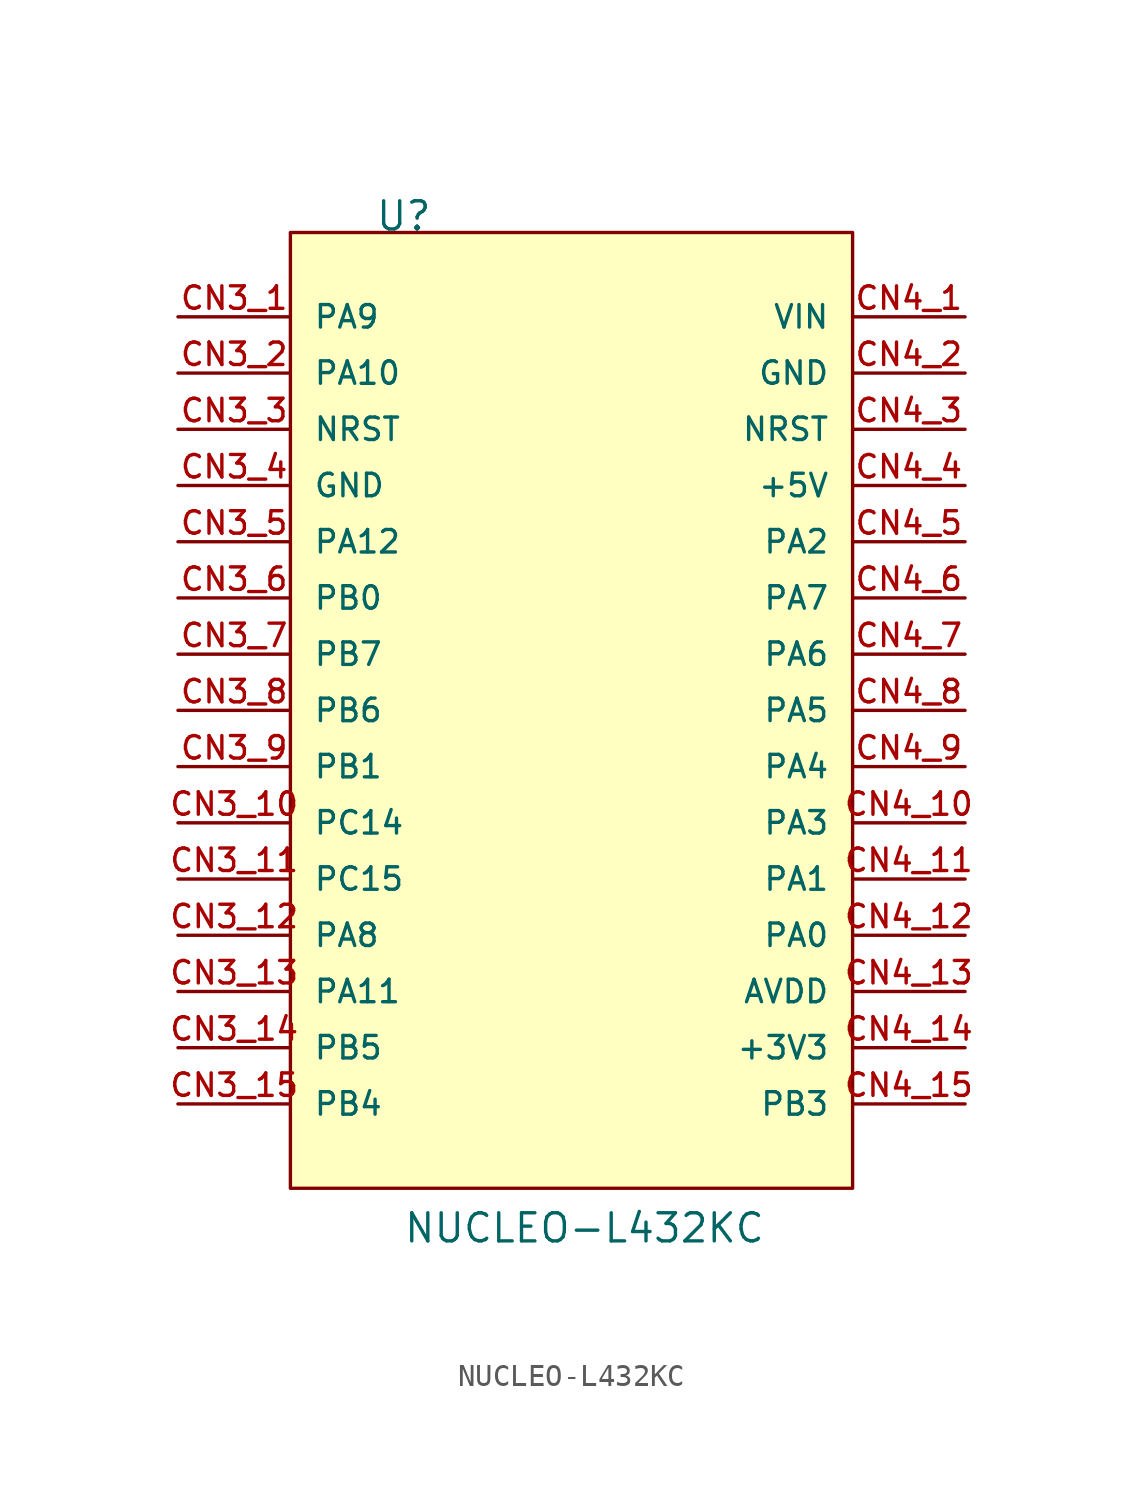
<source format=kicad_sym>
(kicad_symbol_lib
  (version 20211014)
  (generator kicad_symbol_editor)
  (symbol "NUCLEO-L432KC"
    (pin_names
      (offset 1.016))
    (property "Reference" "U"
      (at -8.89 21.59 0)
      (effects (font (size 1.27 1.27)) (justify left bottom)))
    (property "Value" "NUCLEO-L432KC"
      (at -7.62 -24.13 0)
      (effects (font (size 1.27 1.27)) (justify left bottom)))
    (symbol "NUCLEO-L432KC_1_0"
      (rectangle (start -12.7 21.59) (end 12.7 -21.59) (stroke (width 0.152) (type default) (color 0 0 0 0)) (fill (type background)))
      (pin bidirectional line (at -17.78 17.78 0) (length 5.08) (name "PA9" (effects (font (size 1.016 1.016)))) (number "CN3_1" (effects (font (size 1.016 1.016)))))
      (pin bidirectional line (at -17.78 -5.08 0) (length 5.08) (name "PC14" (effects (font (size 1.016 1.016)))) (number "CN3_10" (effects (font (size 1.016 1.016)))))
      (pin bidirectional line (at -17.78 -7.62 0) (length 5.08) (name "PC15" (effects (font (size 1.016 1.016)))) (number "CN3_11" (effects (font (size 1.016 1.016)))))
      (pin bidirectional line (at -17.78 -10.16 0) (length 5.08) (name "PA8" (effects (font (size 1.016 1.016)))) (number "CN3_12" (effects (font (size 1.016 1.016)))))
      (pin bidirectional line (at -17.78 -12.7 0) (length 5.08) (name "PA11" (effects (font (size 1.016 1.016)))) (number "CN3_13" (effects (font (size 1.016 1.016)))))
      (pin bidirectional line (at -17.78 -15.24 0) (length 5.08) (name "PB5" (effects (font (size 1.016 1.016)))) (number "CN3_14" (effects (font (size 1.016 1.016)))))
      (pin bidirectional line (at -17.78 -17.78 0) (length 5.08) (name "PB4" (effects (font (size 1.016 1.016)))) (number "CN3_15" (effects (font (size 1.016 1.016)))))
      (pin bidirectional line (at -17.78 15.24 0) (length 5.08) (name "PA10" (effects (font (size 1.016 1.016)))) (number "CN3_2" (effects (font (size 1.016 1.016)))))
      (pin bidirectional line (at -17.78 12.7 0) (length 5.08) (name "NRST" (effects (font (size 1.016 1.016)))) (number "CN3_3" (effects (font (size 1.016 1.016)))))
      (pin power_in line (at -17.78 10.16 0) (length 5.08) (name "GND" (effects (font (size 1.016 1.016)))) (number "CN3_4" (effects (font (size 1.016 1.016)))))
      (pin bidirectional line (at -17.78 7.62 0) (length 5.08) (name "PA12" (effects (font (size 1.016 1.016)))) (number "CN3_5" (effects (font (size 1.016 1.016)))))
      (pin bidirectional line (at -17.78 5.08 0) (length 5.08) (name "PB0" (effects (font (size 1.016 1.016)))) (number "CN3_6" (effects (font (size 1.016 1.016)))))
      (pin bidirectional line (at -17.78 2.54 0) (length 5.08) (name "PB7" (effects (font (size 1.016 1.016)))) (number "CN3_7" (effects (font (size 1.016 1.016)))))
      (pin bidirectional line (at -17.78 0 0) (length 5.08) (name "PB6" (effects (font (size 1.016 1.016)))) (number "CN3_8" (effects (font (size 1.016 1.016)))))
      (pin bidirectional line (at -17.78 -2.54 0) (length 5.08) (name "PB1" (effects (font (size 1.016 1.016)))) (number "CN3_9" (effects (font (size 1.016 1.016)))))
      (pin bidirectional line (at 17.78 17.78 180) (length 5.08) (name "VIN" (effects (font (size 1.016 1.016)))) (number "CN4_1" (effects (font (size 1.016 1.016)))))
      (pin bidirectional line (at 17.78 -5.08 180) (length 5.08) (name "PA3" (effects (font (size 1.016 1.016)))) (number "CN4_10" (effects (font (size 1.016 1.016)))))
      (pin bidirectional line (at 17.78 -7.62 180) (length 5.08) (name "PA1" (effects (font (size 1.016 1.016)))) (number "CN4_11" (effects (font (size 1.016 1.016)))))
      (pin bidirectional line (at 17.78 -10.16 180) (length 5.08) (name "PA0" (effects (font (size 1.016 1.016)))) (number "CN4_12" (effects (font (size 1.016 1.016)))))
      (pin power_in line (at 17.78 -12.7 180) (length 5.08) (name "AVDD" (effects (font (size 1.016 1.016)))) (number "CN4_13" (effects (font (size 1.016 1.016)))))
      (pin power_in line (at 17.78 -15.24 180) (length 5.08) (name "+3V3" (effects (font (size 1.016 1.016)))) (number "CN4_14" (effects (font (size 1.016 1.016)))))
      (pin power_in line (at 17.78 -17.78 180) (length 5.08) (name "PB3" (effects (font (size 1.016 1.016)))) (number "CN4_15" (effects (font (size 1.016 1.016)))))
      (pin power_in line (at 17.78 15.24 180) (length 5.08) (name "GND" (effects (font (size 1.016 1.016)))) (number "CN4_2" (effects (font (size 1.016 1.016)))))
      (pin bidirectional line (at 17.78 12.7 180) (length 5.08) (name "NRST" (effects (font (size 1.016 1.016)))) (number "CN4_3" (effects (font (size 1.016 1.016)))))
      (pin power_in line (at 17.78 10.16 180) (length 5.08) (name "+5V" (effects (font (size 1.016 1.016)))) (number "CN4_4" (effects (font (size 1.016 1.016)))))
      (pin bidirectional line (at 17.78 7.62 180) (length 5.08) (name "PA2" (effects (font (size 1.016 1.016)))) (number "CN4_5" (effects (font (size 1.016 1.016)))))
      (pin bidirectional line (at 17.78 5.08 180) (length 5.08) (name "PA7" (effects (font (size 1.016 1.016)))) (number "CN4_6" (effects (font (size 1.016 1.016)))))
      (pin bidirectional line (at 17.78 2.54 180) (length 5.08) (name "PA6" (effects (font (size 1.016 1.016)))) (number "CN4_7" (effects (font (size 1.016 1.016)))))
      (pin bidirectional line (at 17.78 0 180) (length 5.08) (name "PA5" (effects (font (size 1.016 1.016)))) (number "CN4_8" (effects (font (size 1.016 1.016)))))
      (pin bidirectional line (at 17.78 -2.54 180) (length 5.08) (name "PA4" (effects (font (size 1.016 1.016)))) (number "CN4_9" (effects (font (size 1.016 1.016))))))))
</source>
